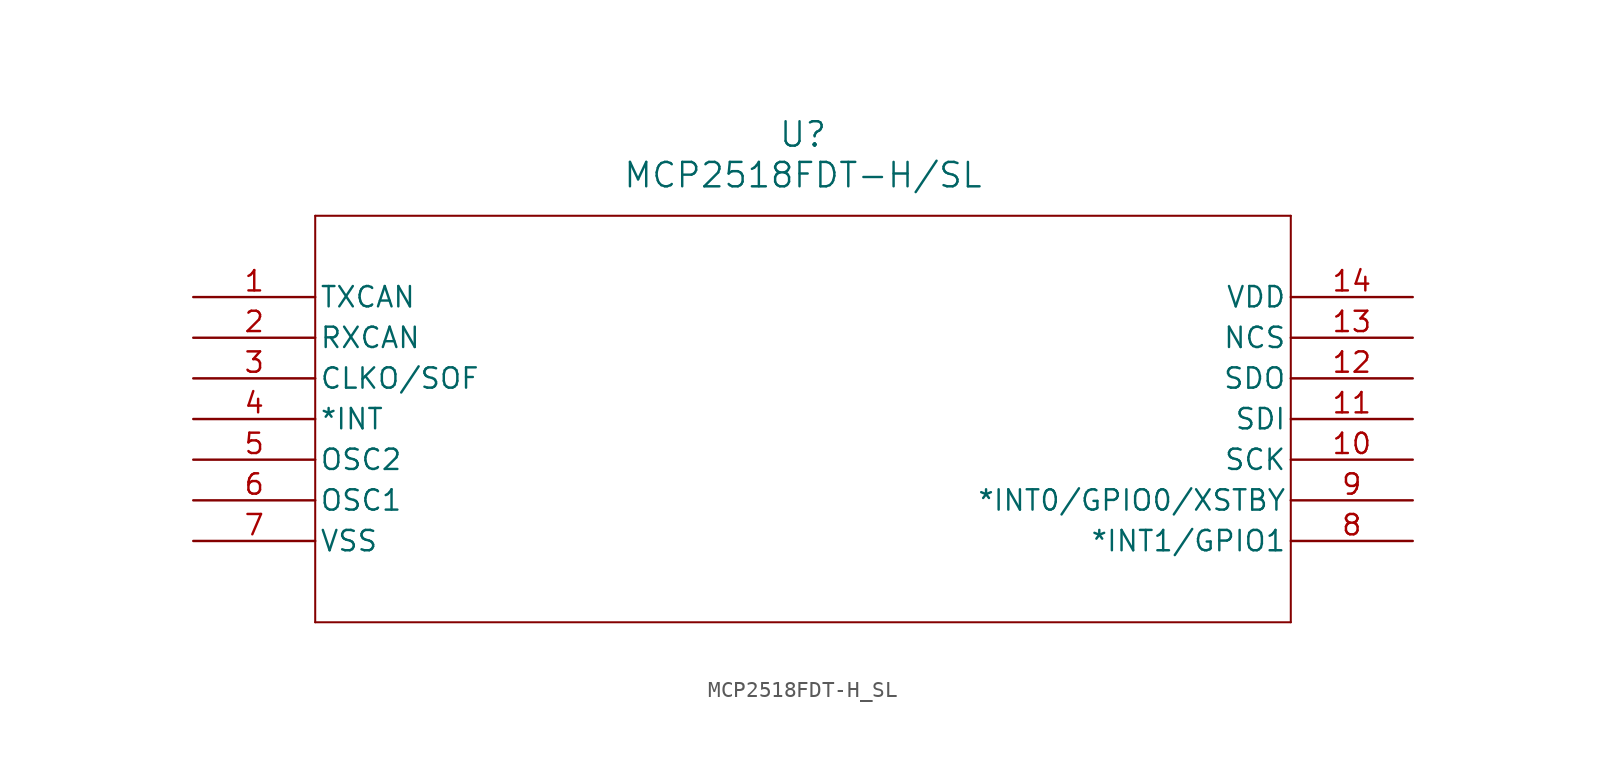
<source format=kicad_sym>
(kicad_symbol_lib
  (version 20231120)
  (generator "kicad_symbol_editor")
  (generator_version "8.0")
  (symbol "MCP2518FDT-H_SL"
    (pin_names
      (offset 0.254))
    (property "Reference" "U"
      (at 38.1 10.16 0)
      (effects (font (size 1.524 1.524))))
    (property "Value" "MCP2518FDT-H/SL"
      (at 38.1 7.62 0)
      (effects (font (size 1.524 1.524))))
    (property "ki_locked" ""
      (at 0 0 0)
      (effects (font (size 1.27 1.27))))
    (symbol "MCP2518FDT-H_SL_0_1"
      (polyline (pts (xy 7.62 -20.32) (xy 68.58 -20.32)) (stroke (width 0.127) (type default)) (fill (type none)))
      (polyline (pts (xy 7.62 5.08) (xy 7.62 -20.32)) (stroke (width 0.127) (type default)) (fill (type none)))
      (polyline (pts (xy 68.58 -20.32) (xy 68.58 5.08)) (stroke (width 0.127) (type default)) (fill (type none)))
      (polyline (pts (xy 68.58 5.08) (xy 7.62 5.08)) (stroke (width 0.127) (type default)) (fill (type none)))
      (pin output line (at 0 0 0) (length 7.62) (name "TXCAN" (effects (font (size 1.27 1.27)))) (number "1" (effects (font (size 1.27 1.27)))))
      (pin input line (at 76.2 -10.16 180) (length 7.62) (name "SCK" (effects (font (size 1.27 1.27)))) (number "10" (effects (font (size 1.27 1.27)))))
      (pin input line (at 76.2 -7.62 180) (length 7.62) (name "SDI" (effects (font (size 1.27 1.27)))) (number "11" (effects (font (size 1.27 1.27)))))
      (pin output line (at 76.2 -5.08 180) (length 7.62) (name "SDO" (effects (font (size 1.27 1.27)))) (number "12" (effects (font (size 1.27 1.27)))))
      (pin input line (at 76.2 -2.54 180) (length 7.62) (name "NCS" (effects (font (size 1.27 1.27)))) (number "13" (effects (font (size 1.27 1.27)))))
      (pin power_in line (at 76.2 0 180) (length 7.62) (name "VDD" (effects (font (size 1.27 1.27)))) (number "14" (effects (font (size 1.27 1.27)))))
      (pin input line (at 0 -2.54 0) (length 7.62) (name "RXCAN" (effects (font (size 1.27 1.27)))) (number "2" (effects (font (size 1.27 1.27)))))
      (pin output line (at 0 -5.08 0) (length 7.62) (name "CLKO/SOF" (effects (font (size 1.27 1.27)))) (number "3" (effects (font (size 1.27 1.27)))))
      (pin output line (at 0 -7.62 0) (length 7.62) (name "*INT" (effects (font (size 1.27 1.27)))) (number "4" (effects (font (size 1.27 1.27)))))
      (pin output line (at 0 -10.16 0) (length 7.62) (name "OSC2" (effects (font (size 1.27 1.27)))) (number "5" (effects (font (size 1.27 1.27)))))
      (pin input line (at 0 -12.7 0) (length 7.62) (name "OSC1" (effects (font (size 1.27 1.27)))) (number "6" (effects (font (size 1.27 1.27)))))
      (pin power_out line (at 0 -15.24 0) (length 7.62) (name "VSS" (effects (font (size 1.27 1.27)))) (number "7" (effects (font (size 1.27 1.27)))))
      (pin bidirectional line (at 76.2 -15.24 180) (length 7.62) (name "*INT1/GPIO1" (effects (font (size 1.27 1.27)))) (number "8" (effects (font (size 1.27 1.27)))))
      (pin bidirectional line (at 76.2 -12.7 180) (length 7.62) (name "*INT0/GPIO0/XSTBY" (effects (font (size 1.27 1.27)))) (number "9" (effects (font (size 1.27 1.27))))))))
</source>
